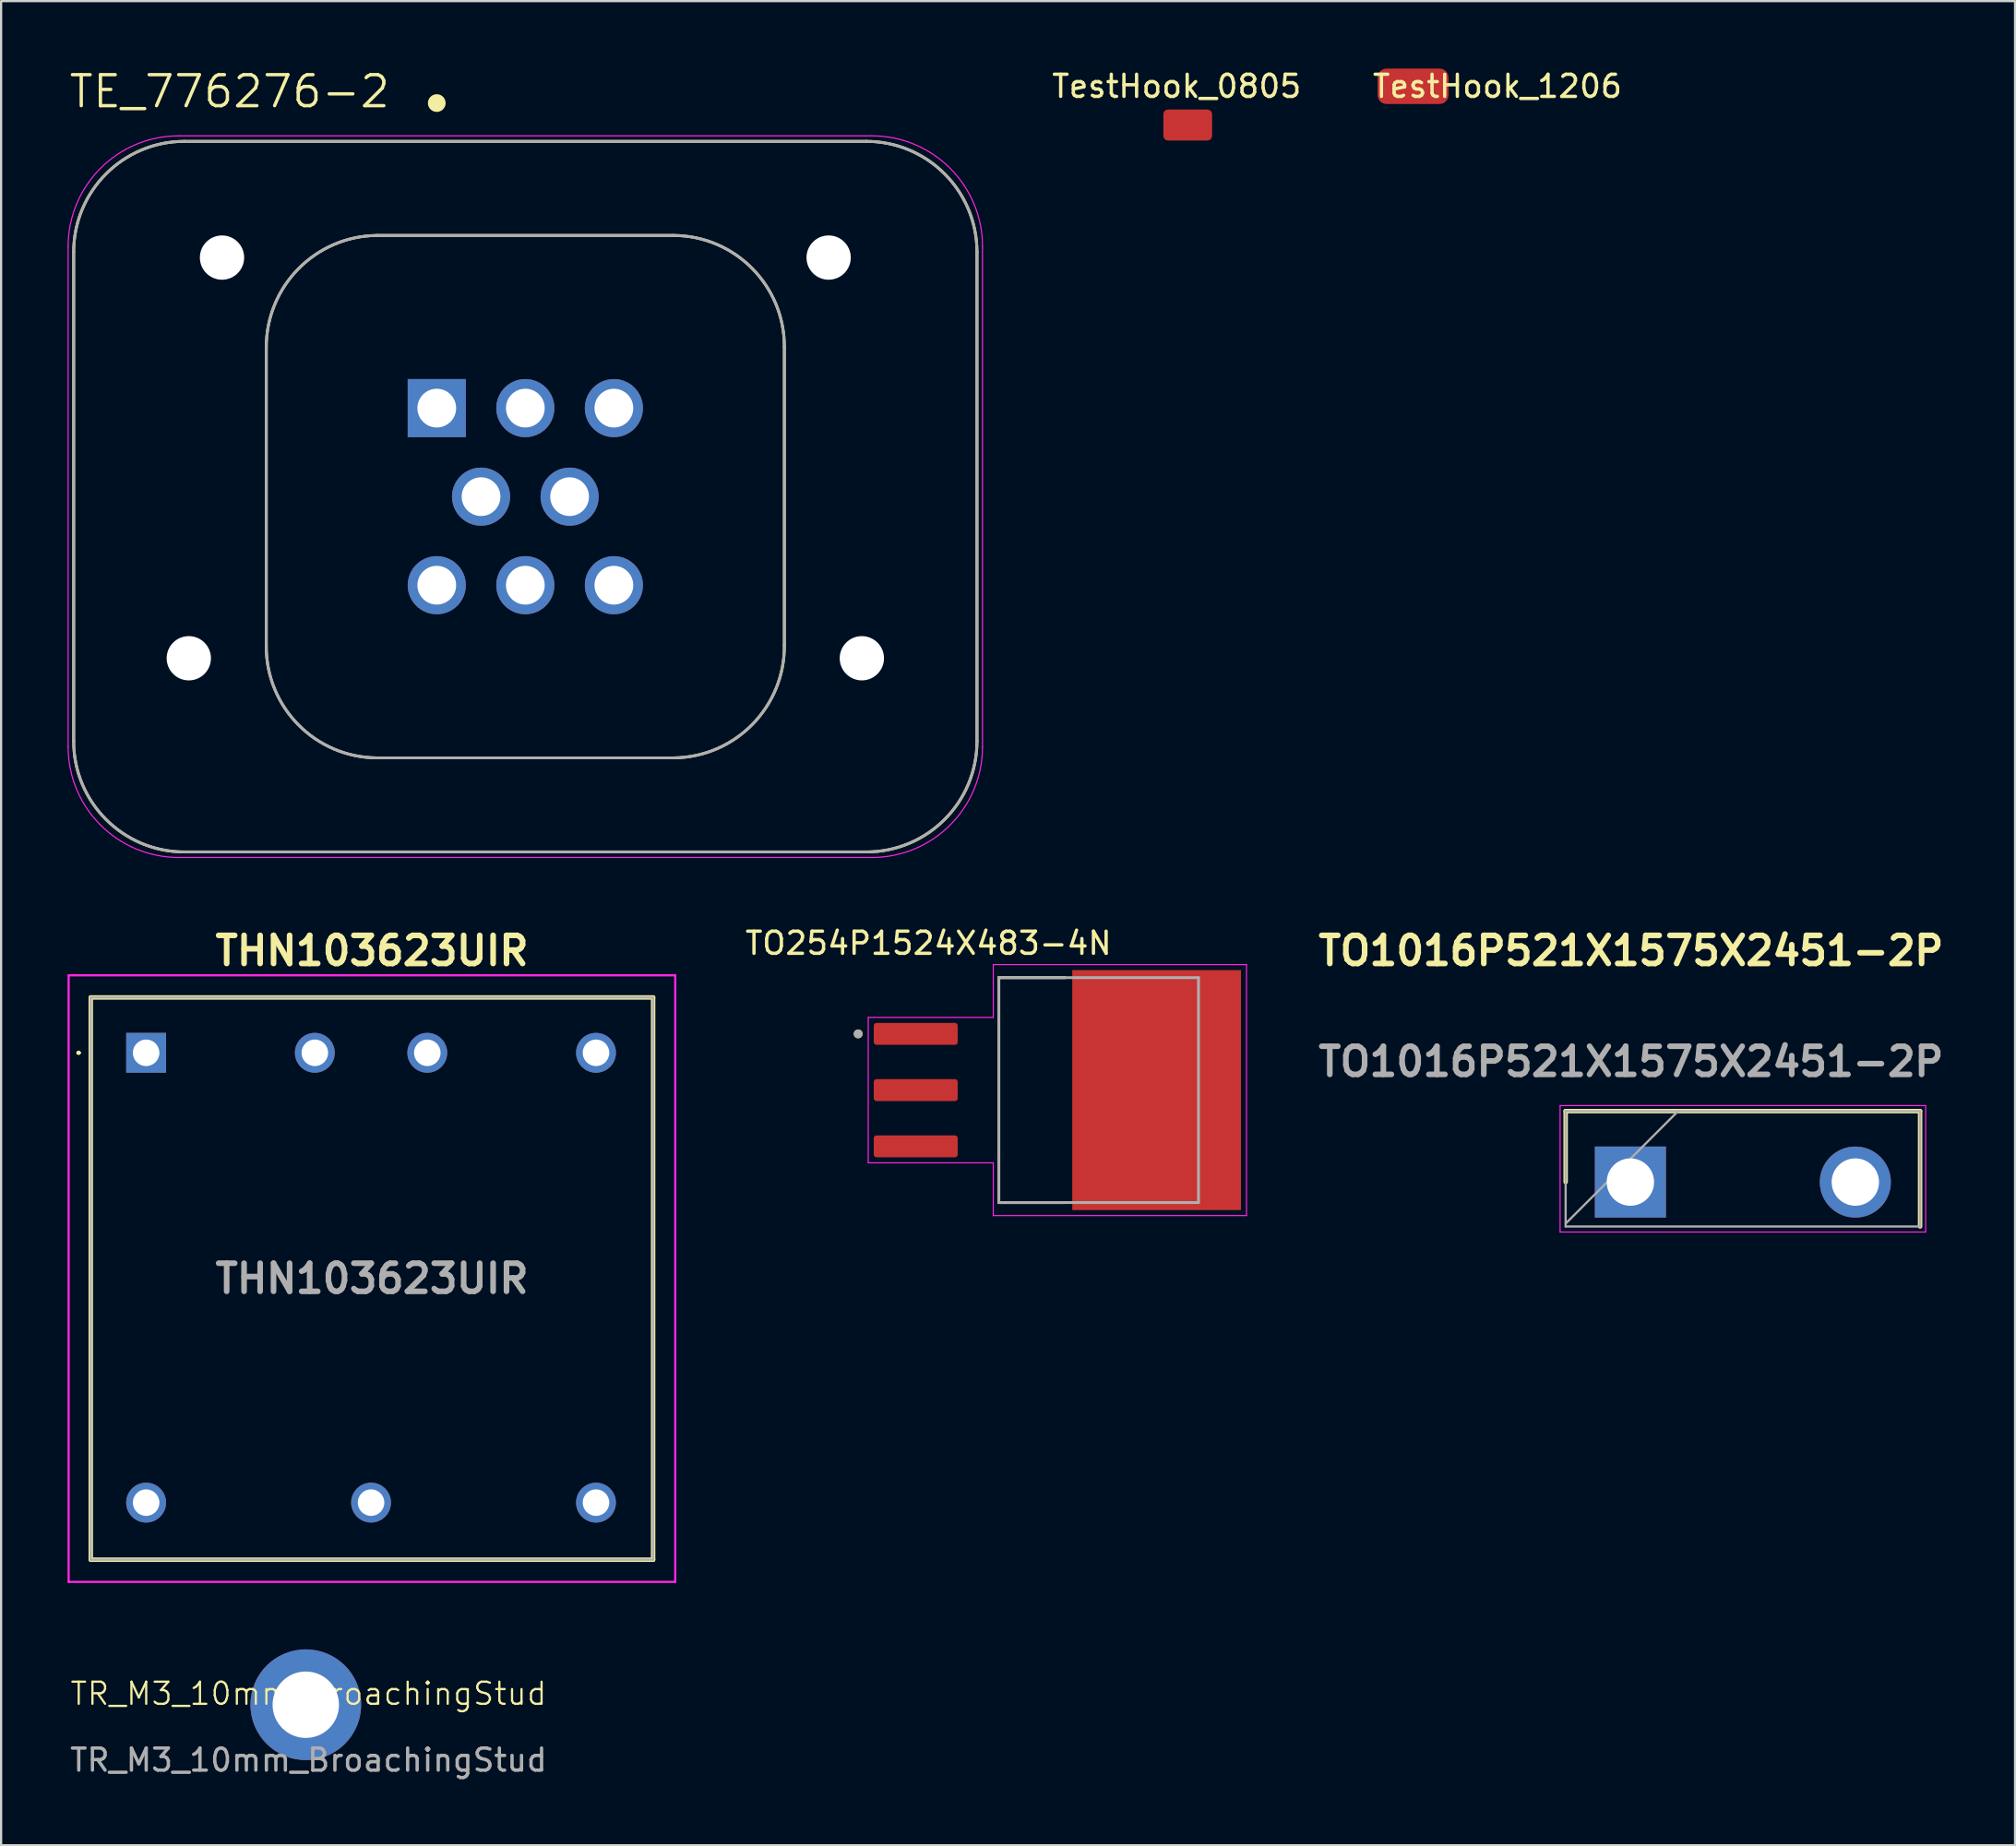
<source format=kicad_pcb>
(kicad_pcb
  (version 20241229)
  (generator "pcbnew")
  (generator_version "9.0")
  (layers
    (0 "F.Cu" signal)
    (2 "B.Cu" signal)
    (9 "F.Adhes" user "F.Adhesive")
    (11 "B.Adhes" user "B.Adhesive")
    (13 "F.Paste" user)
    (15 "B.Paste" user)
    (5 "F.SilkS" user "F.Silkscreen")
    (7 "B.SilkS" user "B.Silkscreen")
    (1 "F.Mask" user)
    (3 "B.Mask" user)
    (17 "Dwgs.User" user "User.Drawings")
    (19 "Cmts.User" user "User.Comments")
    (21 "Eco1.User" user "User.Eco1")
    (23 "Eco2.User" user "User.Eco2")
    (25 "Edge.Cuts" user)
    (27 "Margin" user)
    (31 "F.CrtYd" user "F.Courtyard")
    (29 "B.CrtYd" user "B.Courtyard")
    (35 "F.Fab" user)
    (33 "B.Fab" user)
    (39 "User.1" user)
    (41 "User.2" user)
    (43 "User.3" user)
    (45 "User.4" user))
  (footprint "TestHook_0805"
    (layer "F.Cu")
    (at 50.597 2.598)
    (property "Reference" "TestHook_0805" (at -0.5 -1.75 0) (layer "F.SilkS") (effects (font (size 1 1) (thickness 0.15))))
    (attr through_hole)
    (pad "1" smd roundrect (at 0 0) (size 2.2 1.4) (layers "F.Cu" "F.Mask" "F.Paste") (roundrect_rratio 0.15)))
  (footprint "TestHook_1206"
    (layer "F.Cu")
    (at 60.775 0.848)
    (property "Reference" "TestHook_1206" (at 3.81 0 0) (layer "F.SilkS") (effects (font (size 1 1) (thickness 0.15))))
    (attr through_hole)
    (pad "1" smd roundrect (at 0 0) (size 3.2 1.6) (layers "F.Cu" "F.Mask" "F.Paste") (roundrect_rratio 0.25)))
  (footprint "TO1016P521X1575X2451-2P"
    (layer "F.Cu")
    (at 70.592 50.349)
    (property "Reference" "TO1016P521X1575X2451-2P" (at 0.03 -10.45 0) (layer "F.SilkS") (effects (font (size 1.27 1.27) (thickness 0.254))))
    (attr through_hole)
    (fp_line (start -2.925 -3.205) (end -2.925 0) (stroke (width 0.2) (type solid)) (layer "F.SilkS"))
    (fp_line (start 13.085 -3.205) (end -2.925 -3.205) (stroke (width 0.2) (type solid)) (layer "F.SilkS"))
    (fp_line (start 13.085 2.005) (end 13.085 -3.205) (stroke (width 0.2) (type solid)) (layer "F.SilkS"))
    (fp_line (start -3.175 -3.455) (end 13.335 -3.455) (stroke (width 0.05) (type solid)) (layer "F.CrtYd"))
    (fp_line (start -3.175 2.255) (end -3.175 -3.455) (stroke (width 0.05) (type solid)) (layer "F.CrtYd"))
    (fp_line (start 13.335 -3.455) (end 13.335 2.255) (stroke (width 0.05) (type solid)) (layer "F.CrtYd"))
    (fp_line (start 13.335 2.255) (end -3.175 2.255) (stroke (width 0.05) (type solid)) (layer "F.CrtYd"))
    (fp_line (start -2.925 -3.205) (end 13.085 -3.205) (stroke (width 0.1) (type solid)) (layer "F.Fab"))
    (fp_line (start -2.925 1.875) (end 2.155 -3.205) (stroke (width 0.1) (type solid)) (layer "F.Fab"))
    (fp_line (start -2.925 2.005) (end -2.925 -3.205) (stroke (width 0.1) (type solid)) (layer "F.Fab"))
    (fp_line (start 13.085 -3.205) (end 13.085 2.005) (stroke (width 0.1) (type solid)) (layer "F.Fab"))
    (fp_line (start 13.085 2.005) (end -2.925 2.005) (stroke (width 0.1) (type solid)) (layer "F.Fab"))
    (fp_text user "${REFERENCE}" (at 0.03 -5.44 0) (layer "F.Fab") (effects (font (size 1.27 1.27) (thickness 0.254))))
    (pad "1" thru_hole rect (at 0 0) (size 3.21 3.21) (drill 2.14) (layers "*.Cu" "*.Mask") (remove_unused_layers yes) (keep_end_layers yes) (zone_layer_connections))
    (pad "2" thru_hole circle (at 10.16 0) (size 3.21 3.21) (drill 2.14) (layers "*.Cu" "*.Mask") (remove_unused_layers yes) (keep_end_layers yes) (zone_layer_connections)))
  (footprint "TO254P1524X483-4N"
    (layer "F.Cu")
    (at 44.712 46.194)
    (property "Reference" "TO254P1524X483-4N" (at -5.825 -6.635 0) (layer "F.SilkS") (effects (font (size 1 1) (thickness 0.15))))
    (attr smd)
    (fp_line (start -2.648 -5.08) (end -2.648 5.08) (stroke (width 0.127) (type solid)) (layer "F.SilkS"))
    (fp_line (start -2.648 5.08) (end 0.35 5.08) (stroke (width 0.127) (type solid)) (layer "F.SilkS"))
    (fp_line (start 0.35 -5.08) (end -2.648 -5.08) (stroke (width 0.127) (type solid)) (layer "F.SilkS"))
    (fp_circle (center -9 -2.54) (end -8.9 -2.54) (stroke (width 0.2) (type solid)) (fill no) (layer "F.SilkS"))
    (fp_poly (pts (xy 1.215 -5.13) (xy 2.665 -5.13) (xy 2.665 -3.87) (xy 1.215 -3.87)) (stroke (width 0.01) (type solid)) (fill yes) (layer "F.Paste"))
    (fp_poly (pts (xy 1.215 -3.33) (xy 2.665 -3.33) (xy 2.665 -2.07) (xy 1.215 -2.07)) (stroke (width 0.01) (type solid)) (fill yes) (layer "F.Paste"))
    (fp_poly (pts (xy 1.215 -1.53) (xy 2.665 -1.53) (xy 2.665 -0.27) (xy 1.215 -0.27)) (stroke (width 0.01) (type solid)) (fill yes) (layer "F.Paste"))
    (fp_poly (pts (xy 1.215 0.27) (xy 2.665 0.27) (xy 2.665 1.53) (xy 1.215 1.53)) (stroke (width 0.01) (type solid)) (fill yes) (layer "F.Paste"))
    (fp_poly (pts (xy 1.215 2.07) (xy 2.665 2.07) (xy 2.665 3.33) (xy 1.215 3.33)) (stroke (width 0.01) (type solid)) (fill yes) (layer "F.Paste"))
    (fp_poly (pts (xy 1.215 3.87) (xy 2.665 3.87) (xy 2.665 5.13) (xy 1.215 5.13)) (stroke (width 0.01) (type solid)) (fill yes) (layer "F.Paste"))
    (fp_poly (pts (xy 3.755 -5.13) (xy 5.205 -5.13) (xy 5.205 -3.87) (xy 3.755 -3.87)) (stroke (width 0.01) (type solid)) (fill yes) (layer "F.Paste"))
    (fp_poly (pts (xy 3.755 -3.33) (xy 5.205 -3.33) (xy 5.205 -2.07) (xy 3.755 -2.07)) (stroke (width 0.01) (type solid)) (fill yes) (layer "F.Paste"))
    (fp_poly (pts (xy 3.755 -1.53) (xy 5.205 -1.53) (xy 5.205 -0.27) (xy 3.755 -0.27)) (stroke (width 0.01) (type solid)) (fill yes) (layer "F.Paste"))
    (fp_poly (pts (xy 3.755 0.27) (xy 5.205 0.27) (xy 5.205 1.53) (xy 3.755 1.53)) (stroke (width 0.01) (type solid)) (fill yes) (layer "F.Paste"))
    (fp_poly (pts (xy 3.755 2.07) (xy 5.205 2.07) (xy 5.205 3.33) (xy 3.755 3.33)) (stroke (width 0.01) (type solid)) (fill yes) (layer "F.Paste"))
    (fp_poly (pts (xy 3.755 3.87) (xy 5.205 3.87) (xy 5.205 5.13) (xy 3.755 5.13)) (stroke (width 0.01) (type solid)) (fill yes) (layer "F.Paste"))
    (fp_poly (pts (xy 6.295 -5.13) (xy 7.745 -5.13) (xy 7.745 -3.87) (xy 6.295 -3.87)) (stroke (width 0.01) (type solid)) (fill yes) (layer "F.Paste"))
    (fp_poly (pts (xy 6.295 -3.33) (xy 7.745 -3.33) (xy 7.745 -2.07) (xy 6.295 -2.07)) (stroke (width 0.01) (type solid)) (fill yes) (layer "F.Paste"))
    (fp_poly (pts (xy 6.295 -1.53) (xy 7.745 -1.53) (xy 7.745 -0.27) (xy 6.295 -0.27)) (stroke (width 0.01) (type solid)) (fill yes) (layer "F.Paste"))
    (fp_poly (pts (xy 6.295 0.27) (xy 7.745 0.27) (xy 7.745 1.53) (xy 6.295 1.53)) (stroke (width 0.01) (type solid)) (fill yes) (layer "F.Paste"))
    (fp_poly (pts (xy 6.295 2.07) (xy 7.745 2.07) (xy 7.745 3.33) (xy 6.295 3.33)) (stroke (width 0.01) (type solid)) (fill yes) (layer "F.Paste"))
    (fp_poly (pts (xy 6.295 3.87) (xy 7.745 3.87) (xy 7.745 5.13) (xy 6.295 5.13)) (stroke (width 0.01) (type solid)) (fill yes) (layer "F.Paste"))
    (fp_line (start -8.545 -3.285) (end -8.545 3.285) (stroke (width 0.05) (type solid)) (layer "F.CrtYd"))
    (fp_line (start -8.545 3.285) (end -2.898 3.285) (stroke (width 0.05) (type solid)) (layer "F.CrtYd"))
    (fp_line (start -2.898 -5.67) (end -2.898 -3.285) (stroke (width 0.05) (type solid)) (layer "F.CrtYd"))
    (fp_line (start -2.898 -3.285) (end -8.545 -3.285) (stroke (width 0.05) (type solid)) (layer "F.CrtYd"))
    (fp_line (start -2.898 3.285) (end -2.898 5.67) (stroke (width 0.05) (type solid)) (layer "F.CrtYd"))
    (fp_line (start -2.898 5.67) (end 8.54 5.67) (stroke (width 0.05) (type solid)) (layer "F.CrtYd"))
    (fp_line (start 8.54 -5.67) (end -2.898 -5.67) (stroke (width 0.05) (type solid)) (layer "F.CrtYd"))
    (fp_line (start 8.54 5.67) (end 8.54 -5.67) (stroke (width 0.05) (type solid)) (layer "F.CrtYd"))
    (fp_line (start -2.648 -5.08) (end 6.373 -5.08) (stroke (width 0.127) (type solid)) (layer "F.Fab"))
    (fp_line (start -2.648 5.08) (end -2.648 -5.08) (stroke (width 0.127) (type solid)) (layer "F.Fab"))
    (fp_line (start 6.373 -5.08) (end 6.373 5.08) (stroke (width 0.127) (type solid)) (layer "F.Fab"))
    (fp_line (start 6.373 5.08) (end -2.648 5.08) (stroke (width 0.127) (type solid)) (layer "F.Fab"))
    (fp_circle (center -9 -2.54) (end -8.9 -2.54) (stroke (width 0.2) (type solid)) (fill no) (layer "F.Fab"))
    (pad "1" smd roundrect (at -6.4 -2.54) (size 3.79 0.99) (layers "F.Cu" "F.Mask" "F.Paste") (roundrect_rratio 0.125))
    (pad "2" smd roundrect (at -6.4 0) (size 3.79 0.99) (layers "F.Cu" "F.Mask" "F.Paste") (roundrect_rratio 0.125))
    (pad "3" smd roundrect (at -6.4 2.54) (size 3.79 0.99) (layers "F.Cu" "F.Mask" "F.Paste") (roundrect_rratio 0.125))
    (pad "4" smd rect (at 4.48 0) (size 7.62 10.84) (layers "F.Cu" "F.Mask")))
  (footprint "TR_M3_10mm_BroachingStud"
    (layer "F.Cu")
    (at 10.887 73.959)
    (property "Reference" "TR_M3_10mm_BroachingStud" (at 0 -0.5 0) (unlocked yes) (layer "F.SilkS") (effects (font (size 1 1) (thickness 0.1))))
    (attr through_hole)
    (fp_text user "${REFERENCE}" (at 0 2.5 0) (unlocked yes) (layer "F.Fab") (effects (font (size 1 1) (thickness 0.15))))
    (pad "1" thru_hole circle (at -0.125 0) (size 5 5) (drill 3) (layers "*.Cu" "*.Mask")))
  (footprint "TE_776276-2"
    (layer "F.Cu")
    (at 20.678 19.386)
    (property "Reference" "TE_776276-2" (at -13.358 -18.303 0) (layer "F.SilkS") (effects (font (size 1.4 1.4) (thickness 0.15))))
    (attr through_hole)
    (fp_line (start -20.4 11.05) (end -20.4 -11.05) (stroke (width 0.127) (type solid)) (layer "F.SilkS"))
    (fp_line (start -15.4 -16.05) (end 15.4 -16.05) (stroke (width 0.127) (type solid)) (layer "F.SilkS"))
    (fp_line (start -11.7 6.75) (end -11.7 -6.705) (stroke (width 0.127) (type solid)) (layer "F.SilkS"))
    (fp_line (start -6.7 -11.8) (end 6.7 -11.8) (stroke (width 0.127) (type solid)) (layer "F.SilkS"))
    (fp_line (start 6.7 11.8) (end -6.7 11.8) (stroke (width 0.127) (type solid)) (layer "F.SilkS"))
    (fp_line (start 11.7 -6.75) (end 11.7 6.705) (stroke (width 0.127) (type solid)) (layer "F.SilkS"))
    (fp_line (start 15.4 16.05) (end -15.4 16.05) (stroke (width 0.127) (type solid)) (layer "F.SilkS"))
    (fp_line (start 20.4 -11.05) (end 20.4 11.05) (stroke (width 0.127) (type solid)) (layer "F.SilkS"))
    (fp_arc (start -20.4 -11.05) (mid -18.935534 -14.585534) (end -15.4 -16.05) (stroke (width 0.127) (type solid)) (layer "F.SilkS"))
    (fp_arc (start -15.4 16.05) (mid -18.935534 14.585534) (end -20.4 11.05) (stroke (width 0.127) (type solid)) (layer "F.SilkS"))
    (fp_arc (start -11.7 -6.705) (mid -10.255209 -10.288034) (end -6.7 -11.8) (stroke (width 0.127) (type solid)) (layer "F.SilkS"))
    (fp_arc (start -6.7 11.8) (mid -10.245889 10.310534) (end -11.7 6.75) (stroke (width 0.127) (type solid)) (layer "F.SilkS"))
    (fp_arc (start 6.7 -11.8) (mid 10.245889 -10.310534) (end 11.7 -6.75) (stroke (width 0.127) (type solid)) (layer "F.SilkS"))
    (fp_arc (start 11.7 6.705) (mid 10.255209 10.288034) (end 6.7 11.8) (stroke (width 0.127) (type solid)) (layer "F.SilkS"))
    (fp_arc (start 15.4 -16.05) (mid 18.935534 -14.585534) (end 20.4 -11.05) (stroke (width 0.127) (type solid)) (layer "F.SilkS"))
    (fp_arc (start 20.4 11.05) (mid 18.935534 14.585534) (end 15.4 16.05) (stroke (width 0.127) (type solid)) (layer "F.SilkS"))
    (fp_circle (center -4 -17.78) (end -3.8 -17.78) (stroke (width 0.4) (type solid)) (fill no) (layer "F.SilkS"))
    (fp_line (start -20.65 -11.3) (end -20.65 11.3) (stroke (width 0.05) (type solid)) (layer "F.CrtYd"))
    (fp_line (start -15.65 -16.3) (end 15.65 -16.3) (stroke (width 0.05) (type solid)) (layer "F.CrtYd"))
    (fp_line (start 15.65 16.3) (end -15.65 16.3) (stroke (width 0.05) (type solid)) (layer "F.CrtYd"))
    (fp_line (start 20.65 -11.3) (end 20.65 11.3) (stroke (width 0.05) (type solid)) (layer "F.CrtYd"))
    (fp_arc (start -20.65 -11.3) (mid -19.185534 -14.835534) (end -15.65 -16.3) (stroke (width 0.05) (type solid)) (layer "F.CrtYd"))
    (fp_arc (start -15.65 16.3) (mid -19.185534 14.835534) (end -20.65 11.3) (stroke (width 0.05) (type solid)) (layer "F.CrtYd"))
    (fp_arc (start 15.65 -16.3) (mid 19.185534 -14.835534) (end 20.65 -11.3) (stroke (width 0.05) (type solid)) (layer "F.CrtYd"))
    (fp_arc (start 20.65 11.3) (mid 19.185534 14.835534) (end 15.65 16.3) (stroke (width 0.05) (type solid)) (layer "F.CrtYd"))
    (fp_line (start -20.4 11.05) (end -20.4 -11.05) (stroke (width 0.127) (type solid)) (layer "F.Fab"))
    (fp_line (start -15.4 -16.05) (end 15.4 -16.05) (stroke (width 0.127) (type solid)) (layer "F.Fab"))
    (fp_line (start -11.7 6.75) (end -11.7 -6.705) (stroke (width 0.127) (type solid)) (layer "F.Fab"))
    (fp_line (start -6.7 -11.8) (end 6.7 -11.8) (stroke (width 0.127) (type solid)) (layer "F.Fab"))
    (fp_line (start 6.7 11.8) (end -6.7 11.8) (stroke (width 0.127) (type solid)) (layer "F.Fab"))
    (fp_line (start 11.7 -6.75) (end 11.7 6.705) (stroke (width 0.127) (type solid)) (layer "F.Fab"))
    (fp_line (start 15.4 16.05) (end -15.4 16.05) (stroke (width 0.127) (type solid)) (layer "F.Fab"))
    (fp_line (start 20.4 -11.05) (end 20.4 11.05) (stroke (width 0.127) (type solid)) (layer "F.Fab"))
    (fp_arc (start -20.4 -11.05) (mid -18.935534 -14.585534) (end -15.4 -16.05) (stroke (width 0.127) (type solid)) (layer "F.Fab"))
    (fp_arc (start -15.4 16.05) (mid -18.935534 14.585534) (end -20.4 11.05) (stroke (width 0.127) (type solid)) (layer "F.Fab"))
    (fp_arc (start -11.7 -6.705) (mid -10.255209 -10.288034) (end -6.7 -11.8) (stroke (width 0.127) (type solid)) (layer "F.Fab"))
    (fp_arc (start -6.7 11.8) (mid -10.245889 10.310534) (end -11.7 6.75) (stroke (width 0.127) (type solid)) (layer "F.Fab"))
    (fp_arc (start 6.7 -11.8) (mid 10.245889 -10.310534) (end 11.7 -6.75) (stroke (width 0.127) (type solid)) (layer "F.Fab"))
    (fp_arc (start 11.7 6.705) (mid 10.255209 10.288034) (end 6.7 11.8) (stroke (width 0.127) (type solid)) (layer "F.Fab"))
    (fp_arc (start 15.4 -16.05) (mid 18.935534 -14.585534) (end 20.4 -11.05) (stroke (width 0.127) (type solid)) (layer "F.Fab"))
    (fp_arc (start 20.4 11.05) (mid 18.935534 14.585534) (end 15.4 16.05) (stroke (width 0.127) (type solid)) (layer "F.Fab"))
    (fp_circle (center -4 -4) (end -3.8 -4) (stroke (width 0.4) (type solid)) (fill no) (layer "F.Fab"))
    (pad "" np_thru_hole circle (at -15.2 7.3) (size 2 2) (drill 2) (layers "*.Cu" "*.Mask"))
    (pad "" np_thru_hole circle (at -13.7 -10.8) (size 2 2) (drill 2) (layers "*.Cu" "*.Mask"))
    (pad "" np_thru_hole circle (at 13.7 -10.8) (size 2 2) (drill 2) (layers "*.Cu" "*.Mask"))
    (pad "" np_thru_hole circle (at 15.2 7.3) (size 2 2) (drill 2) (layers "*.Cu" "*.Mask"))
    (pad "1" thru_hole rect (at -4 -4) (size 2.625 2.625) (drill 1.75) (layers "*.Cu" "*.Mask"))
    (pad "2" thru_hole circle (at 0 -4) (size 2.625 2.625) (drill 1.75) (layers "*.Cu" "*.Mask"))
    (pad "3" thru_hole circle (at 4 -4) (size 2.625 2.625) (drill 1.75) (layers "*.Cu" "*.Mask"))
    (pad "4" thru_hole circle (at -2 0) (size 2.625 2.625) (drill 1.75) (layers "*.Cu" "*.Mask"))
    (pad "5" thru_hole circle (at 2 0) (size 2.625 2.625) (drill 1.75) (layers "*.Cu" "*.Mask"))
    (pad "6" thru_hole circle (at -4 4) (size 2.625 2.625) (drill 1.75) (layers "*.Cu" "*.Mask"))
    (pad "7" thru_hole circle (at 0 4) (size 2.625 2.625) (drill 1.75) (layers "*.Cu" "*.Mask"))
    (pad "8" thru_hole circle (at 4 4) (size 2.625 2.625) (drill 1.75) (layers "*.Cu" "*.Mask")))
  (footprint "THN103623UIR"
    (layer "F.Cu")
    (at 3.55 44.509)
    (property "Reference" "THN103623UIR" (at 10.2 -4.61 0) (layer "F.SilkS") (effects (font (size 1.27 1.27) (thickness 0.254))))
    (attr through_hole)
    (fp_line (start -3.1 0) (end -3.1 0) (stroke (width 0.1) (type solid)) (layer "F.SilkS"))
    (fp_line (start -3 0) (end -3 0) (stroke (width 0.1) (type solid)) (layer "F.SilkS"))
    (fp_line (start -2.5 -2.5) (end 22.9 -2.5) (stroke (width 0.2) (type solid)) (layer "F.SilkS"))
    (fp_line (start -2.5 22.9) (end -2.5 -2.5) (stroke (width 0.2) (type solid)) (layer "F.SilkS"))
    (fp_line (start 22.9 -2.5) (end 22.9 22.9) (stroke (width 0.2) (type solid)) (layer "F.SilkS"))
    (fp_line (start 22.9 22.9) (end -2.5 22.9) (stroke (width 0.2) (type solid)) (layer "F.SilkS"))
    (fp_arc (start -3.1 0) (mid -3.05 -0.05) (end -3 0) (stroke (width 0.1) (type solid)) (layer "F.SilkS"))
    (fp_arc (start -3 0) (mid -3.05 0.05) (end -3.1 0) (stroke (width 0.1) (type solid)) (layer "F.SilkS"))
    (fp_line (start -3.5 -3.5) (end -3.5 23.9) (stroke (width 0.1) (type solid)) (layer "F.CrtYd"))
    (fp_line (start -3.5 23.9) (end 23.9 23.9) (stroke (width 0.1) (type solid)) (layer "F.CrtYd"))
    (fp_line (start 23.9 -3.5) (end -3.5 -3.5) (stroke (width 0.1) (type solid)) (layer "F.CrtYd"))
    (fp_line (start 23.9 23.9) (end 23.9 -3.5) (stroke (width 0.1) (type solid)) (layer "F.CrtYd"))
    (fp_line (start -2.5 -2.5) (end 22.9 -2.5) (stroke (width 0.1) (type solid)) (layer "F.Fab"))
    (fp_line (start -2.5 22.9) (end -2.5 -2.5) (stroke (width 0.1) (type solid)) (layer "F.Fab"))
    (fp_line (start 22.9 -2.5) (end 22.9 22.9) (stroke (width 0.1) (type solid)) (layer "F.Fab"))
    (fp_line (start 22.9 22.9) (end -2.5 22.9) (stroke (width 0.1) (type solid)) (layer "F.Fab"))
    (fp_text user "${REFERENCE}" (at 10.2 10.2 0) (layer "F.Fab") (effects (font (size 1.27 1.27) (thickness 0.254))))
    (pad "1" thru_hole rect (at 0 0) (size 1.8 1.8) (drill 1.2) (layers "*.Cu" "*.Mask"))
    (pad "2" thru_hole circle (at 7.62 0) (size 1.8 1.8) (drill 1.2) (layers "*.Cu" "*.Mask"))
    (pad "3" thru_hole circle (at 12.7 0) (size 1.8 1.8) (drill 1.2) (layers "*.Cu" "*.Mask"))
    (pad "4" thru_hole circle (at 20.32 0) (size 1.8 1.8) (drill 1.2) (layers "*.Cu" "*.Mask"))
    (pad "5" thru_hole circle (at 0 20.32) (size 1.8 1.8) (drill 1.2) (layers "*.Cu" "*.Mask"))
    (pad "6" thru_hole circle (at 10.16 20.32) (size 1.8 1.8) (drill 1.2) (layers "*.Cu" "*.Mask"))
    (pad "7" thru_hole circle (at 20.32 20.32) (size 1.8 1.8) (drill 1.2) (layers "*.Cu" "*.Mask")))
  (gr_rect
    (start -3 -3)
    (end 87.967 80.308)
    (stroke (width 0.1) (type default))
    (fill no)
    (layer "Edge.Cuts")))
</source>
